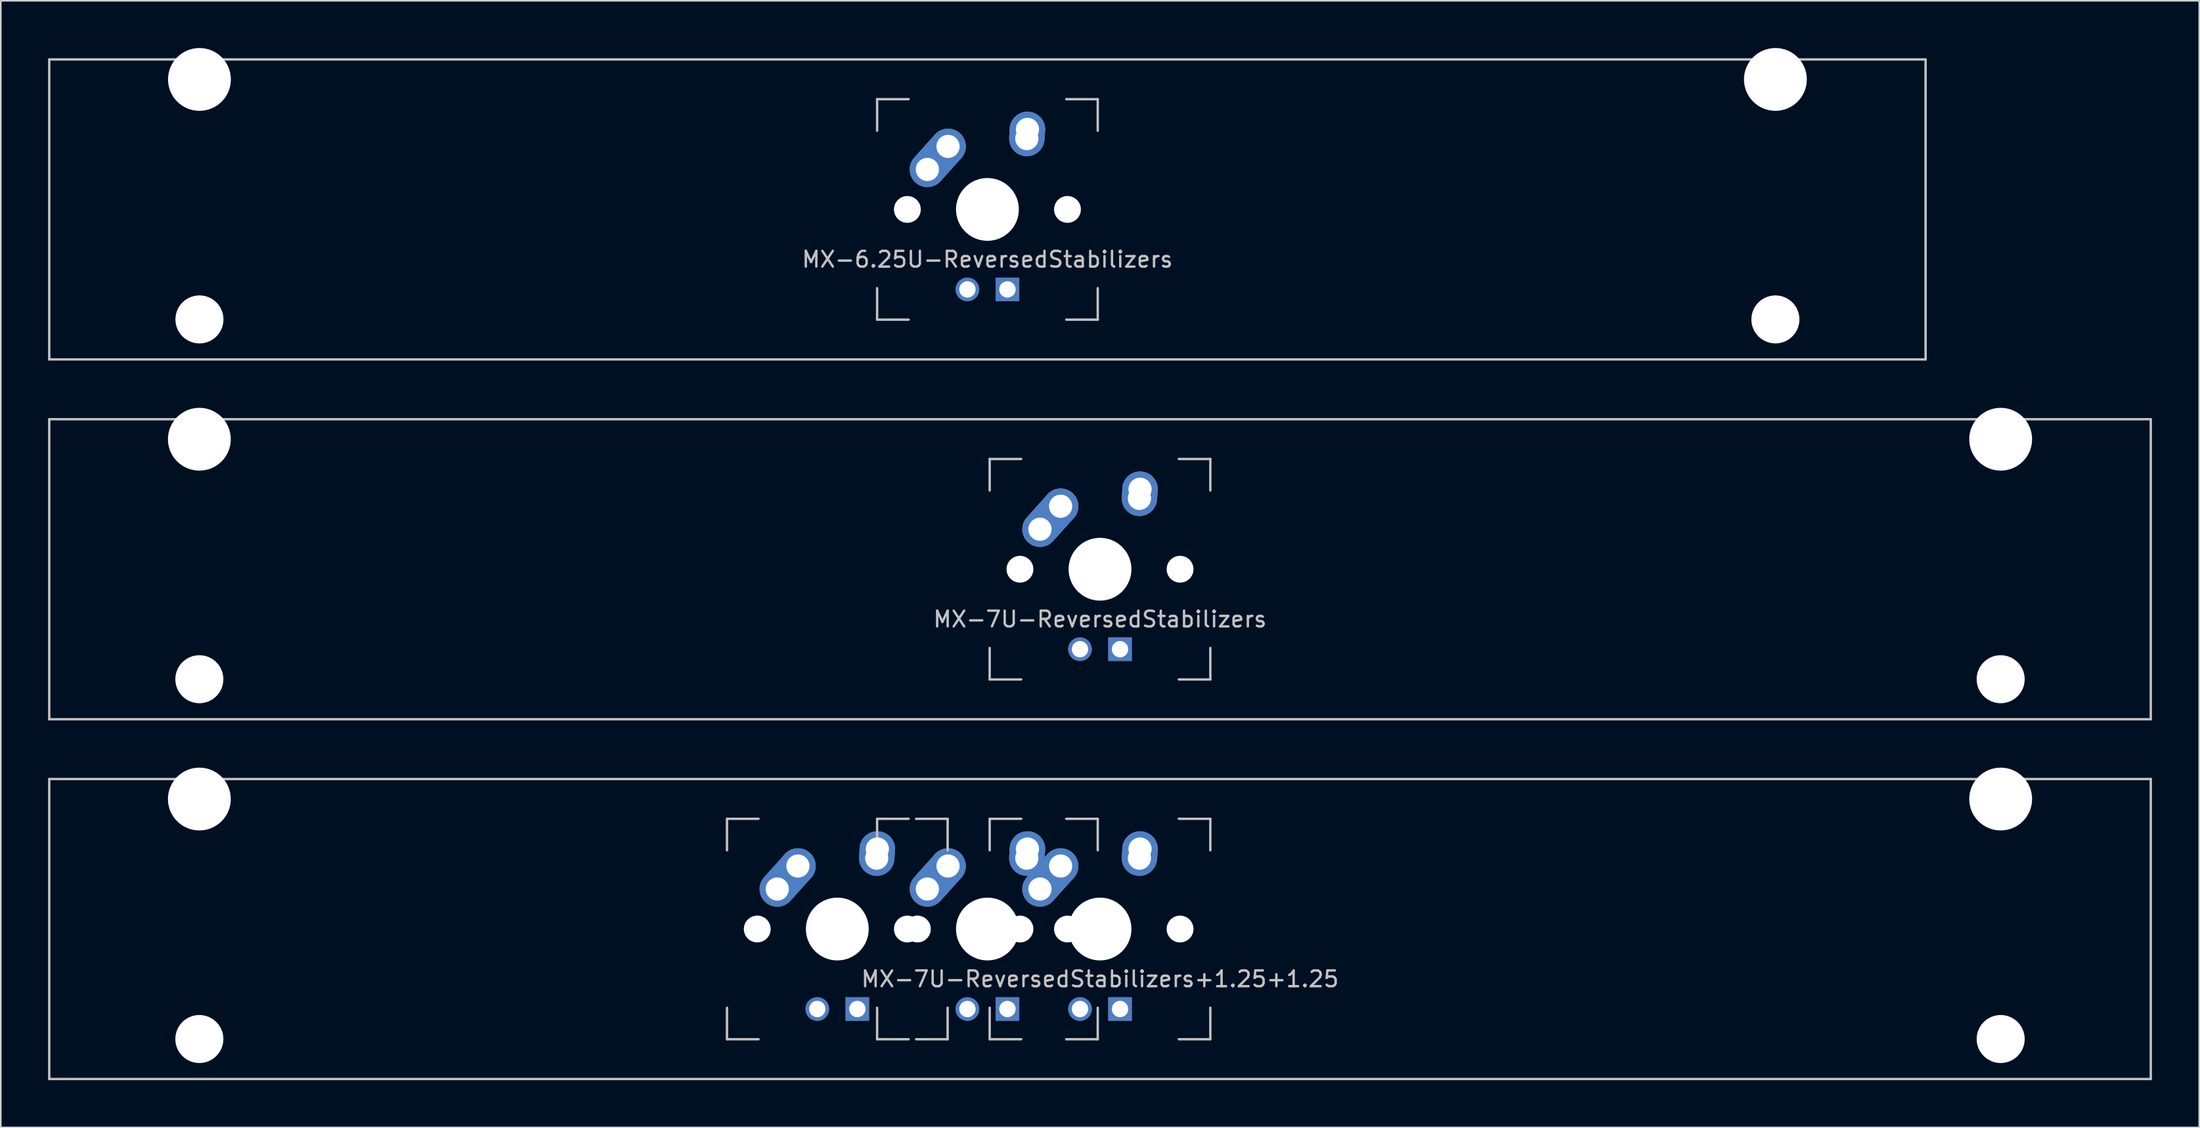
<source format=kicad_pcb>
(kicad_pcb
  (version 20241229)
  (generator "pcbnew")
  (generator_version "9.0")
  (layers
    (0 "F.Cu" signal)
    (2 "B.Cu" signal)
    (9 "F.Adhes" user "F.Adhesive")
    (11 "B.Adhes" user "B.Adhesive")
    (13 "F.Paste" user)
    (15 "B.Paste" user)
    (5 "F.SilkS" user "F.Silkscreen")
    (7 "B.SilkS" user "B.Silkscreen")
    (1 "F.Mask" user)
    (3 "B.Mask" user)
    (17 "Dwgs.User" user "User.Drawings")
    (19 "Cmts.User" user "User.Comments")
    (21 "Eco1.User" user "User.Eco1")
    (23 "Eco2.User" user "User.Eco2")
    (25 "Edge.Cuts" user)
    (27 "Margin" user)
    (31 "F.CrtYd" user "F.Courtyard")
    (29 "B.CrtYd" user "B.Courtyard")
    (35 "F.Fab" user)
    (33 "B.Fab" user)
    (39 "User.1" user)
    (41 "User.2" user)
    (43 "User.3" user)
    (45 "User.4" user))
  (footprint "MX-7U-ReversedStabilizers"
    (layer "F.Cu")
    (at 66.75 33.098)
    (property "Reference" "MX-7U-ReversedStabilizers" (at 0 3.175 0) (layer "Dwgs.User") (effects (font (size 1 1) (thickness 0.15))))
    (attr through_hole)
    (fp_line (start -66.675 -9.525) (end 66.675 -9.525) (stroke (width 0.15) (type solid)) (layer "Dwgs.User"))
    (fp_line (start -66.675 9.525) (end -66.675 -9.525) (stroke (width 0.15) (type solid)) (layer "Dwgs.User"))
    (fp_line (start -66.675 9.525) (end 66.675 9.525) (stroke (width 0.15) (type solid)) (layer "Dwgs.User"))
    (fp_line (start -7 -7) (end -7 -5) (stroke (width 0.15) (type solid)) (layer "Dwgs.User"))
    (fp_line (start -7 5) (end -7 7) (stroke (width 0.15) (type solid)) (layer "Dwgs.User"))
    (fp_line (start -7 7) (end -5 7) (stroke (width 0.15) (type solid)) (layer "Dwgs.User"))
    (fp_line (start -5 -7) (end -7 -7) (stroke (width 0.15) (type solid)) (layer "Dwgs.User"))
    (fp_line (start 5 -7) (end 7 -7) (stroke (width 0.15) (type solid)) (layer "Dwgs.User"))
    (fp_line (start 5 7) (end 7 7) (stroke (width 0.15) (type solid)) (layer "Dwgs.User"))
    (fp_line (start 7 -7) (end 7 -5) (stroke (width 0.15) (type solid)) (layer "Dwgs.User"))
    (fp_line (start 7 7) (end 7 5) (stroke (width 0.15) (type solid)) (layer "Dwgs.User"))
    (fp_line (start 66.675 -9.525) (end 66.675 9.525) (stroke (width 0.15) (type solid)) (layer "Dwgs.User"))
    (pad "" np_thru_hole circle (at -57.15 -8.255) (size 3.988 3.988) (drill 3.988) (layers "*.Cu" "*.Mask"))
    (pad "" np_thru_hole circle (at -57.15 6.985) (size 3.048 3.048) (drill 3.048) (layers "*.Cu" "*.Mask"))
    (pad "" np_thru_hole circle (at -5.08 0 48.1) (size 1.702 1.702) (drill 1.702) (layers "*.Cu" "*.Mask"))
    (pad "" np_thru_hole circle (at 0 0) (size 3.988 3.988) (drill 3.988) (layers "*.Cu" "*.Mask"))
    (pad "" np_thru_hole circle (at 5.08 0 48.1) (size 1.702 1.702) (drill 1.702) (layers "*.Cu" "*.Mask"))
    (pad "" np_thru_hole circle (at 57.15 -8.255) (size 3.988 3.988) (drill 3.988) (layers "*.Cu" "*.Mask"))
    (pad "" np_thru_hole circle (at 57.15 6.985) (size 3.048 3.048) (drill 3.048) (layers "*.Cu" "*.Mask"))
    (pad "1" thru_hole oval (at 2.5 -4.5 86.055) (size 2.831 2.25) (drill 1.47 (offset 0.291 0)) (layers "*.Cu" "*.Mask"))
    (pad "1" thru_hole circle (at 2.54 -5.08) (size 2.25 2.25) (drill 1.47) (layers "*.Cu" "*.Mask"))
    (pad "2" thru_hole oval (at -3.81 -2.54 48.1) (size 4.212 2.25) (drill 1.47 (offset 0.981 0)) (layers "*.Cu" "*.Mask"))
    (pad "2" thru_hole circle (at -2.5 -4) (size 2.25 2.25) (drill 1.47) (layers "*.Cu" "*.Mask"))
    (pad "3" thru_hole circle (at -1.27 5.08) (size 1.5 1.5) (drill 1.04) (layers "*.Cu" "*.Mask"))
    (pad "4" thru_hole rect (at 1.27 5.08) (size 1.5 1.5) (drill 1.04) (layers "*.Cu" "*.Mask")))
  (footprint "MX-6.25U-ReversedStabilizers"
    (layer "F.Cu")
    (at 59.606 10.249)
    (property "Reference" "MX-6.25U-ReversedStabilizers" (at 0 3.175 0) (layer "Dwgs.User") (effects (font (size 1 1) (thickness 0.15))))
    (attr through_hole)
    (fp_line (start -59.531 -9.525) (end 59.531 -9.525) (stroke (width 0.15) (type solid)) (layer "Dwgs.User"))
    (fp_line (start -59.531 9.525) (end -59.531 -9.525) (stroke (width 0.15) (type solid)) (layer "Dwgs.User"))
    (fp_line (start -59.531 9.525) (end 59.531 9.525) (stroke (width 0.15) (type solid)) (layer "Dwgs.User"))
    (fp_line (start -7 -7) (end -7 -5) (stroke (width 0.15) (type solid)) (layer "Dwgs.User"))
    (fp_line (start -7 5) (end -7 7) (stroke (width 0.15) (type solid)) (layer "Dwgs.User"))
    (fp_line (start -7 7) (end -5 7) (stroke (width 0.15) (type solid)) (layer "Dwgs.User"))
    (fp_line (start -5 -7) (end -7 -7) (stroke (width 0.15) (type solid)) (layer "Dwgs.User"))
    (fp_line (start 5 -7) (end 7 -7) (stroke (width 0.15) (type solid)) (layer "Dwgs.User"))
    (fp_line (start 5 7) (end 7 7) (stroke (width 0.15) (type solid)) (layer "Dwgs.User"))
    (fp_line (start 7 -7) (end 7 -5) (stroke (width 0.15) (type solid)) (layer "Dwgs.User"))
    (fp_line (start 7 7) (end 7 5) (stroke (width 0.15) (type solid)) (layer "Dwgs.User"))
    (fp_line (start 59.531 -9.525) (end 59.531 9.525) (stroke (width 0.15) (type solid)) (layer "Dwgs.User"))
    (pad "" np_thru_hole circle (at -50 -8.255) (size 3.988 3.988) (drill 3.988) (layers "*.Cu" "*.Mask"))
    (pad "" np_thru_hole circle (at -50 6.985) (size 3.048 3.048) (drill 3.048) (layers "*.Cu" "*.Mask"))
    (pad "" np_thru_hole circle (at -5.08 0 48.1) (size 1.702 1.702) (drill 1.702) (layers "*.Cu" "*.Mask"))
    (pad "" np_thru_hole circle (at 0 0) (size 3.988 3.988) (drill 3.988) (layers "*.Cu" "*.Mask"))
    (pad "" np_thru_hole circle (at 5.08 0 48.1) (size 1.702 1.702) (drill 1.702) (layers "*.Cu" "*.Mask"))
    (pad "" np_thru_hole circle (at 50 -8.255) (size 3.988 3.988) (drill 3.988) (layers "*.Cu" "*.Mask"))
    (pad "" np_thru_hole circle (at 50 6.985) (size 3.048 3.048) (drill 3.048) (layers "*.Cu" "*.Mask"))
    (pad "1" thru_hole oval (at -3.81 -2.54 48.1) (size 4.212 2.25) (drill 1.47 (offset 0.981 0)) (layers "*.Cu" "*.Mask"))
    (pad "1" thru_hole circle (at -2.5 -4) (size 2.25 2.25) (drill 1.47) (layers "*.Cu" "*.Mask"))
    (pad "2" thru_hole oval (at 2.5 -4.5 86.055) (size 2.831 2.25) (drill 1.47 (offset 0.291 0)) (layers "*.Cu" "*.Mask"))
    (pad "2" thru_hole circle (at 2.54 -5.08) (size 2.25 2.25) (drill 1.47) (layers "*.Cu" "*.Mask"))
    (pad "3" thru_hole circle (at -1.27 5.08) (size 1.5 1.5) (drill 1.04) (layers "*.Cu" "*.Mask"))
    (pad "4" thru_hole rect (at 1.27 5.08) (size 1.5 1.5) (drill 1.04) (layers "*.Cu" "*.Mask")))
  (footprint "MX-7U-ReversedStabilizers+1.25+1.25"
    (layer "F.Cu")
    (at 66.75 55.947)
    (property "Reference" "MX-7U-ReversedStabilizers+1.25+1.25" (at 0 3.175 0) (layer "Dwgs.User") (effects (font (size 1 1) (thickness 0.15))))
    (attr through_hole)
    (fp_line (start -66.675 -9.525) (end 66.675 -9.525) (stroke (width 0.15) (type solid)) (layer "Dwgs.User"))
    (fp_line (start -66.675 9.525) (end -66.675 -9.525) (stroke (width 0.15) (type solid)) (layer "Dwgs.User"))
    (fp_line (start -66.675 9.525) (end 66.675 9.525) (stroke (width 0.15) (type solid)) (layer "Dwgs.User"))
    (fp_line (start -23.669 -7) (end -23.669 -5) (stroke (width 0.15) (type solid)) (layer "Dwgs.User"))
    (fp_line (start -23.669 5) (end -23.669 7) (stroke (width 0.15) (type solid)) (layer "Dwgs.User"))
    (fp_line (start -23.669 7) (end -21.669 7) (stroke (width 0.15) (type solid)) (layer "Dwgs.User"))
    (fp_line (start -21.669 -7) (end -23.669 -7) (stroke (width 0.15) (type solid)) (layer "Dwgs.User"))
    (fp_line (start -14.144 -7) (end -14.144 -5) (stroke (width 0.15) (type solid)) (layer "Dwgs.User"))
    (fp_line (start -14.144 5) (end -14.144 7) (stroke (width 0.15) (type solid)) (layer "Dwgs.User"))
    (fp_line (start -14.144 7) (end -12.144 7) (stroke (width 0.15) (type solid)) (layer "Dwgs.User"))
    (fp_line (start -12.144 -7) (end -14.144 -7) (stroke (width 0.15) (type solid)) (layer "Dwgs.User"))
    (fp_line (start -11.669 -7) (end -9.669 -7) (stroke (width 0.15) (type solid)) (layer "Dwgs.User"))
    (fp_line (start -11.669 7) (end -9.669 7) (stroke (width 0.15) (type solid)) (layer "Dwgs.User"))
    (fp_line (start -9.669 -7) (end -9.669 -5) (stroke (width 0.15) (type solid)) (layer "Dwgs.User"))
    (fp_line (start -9.669 7) (end -9.669 5) (stroke (width 0.15) (type solid)) (layer "Dwgs.User"))
    (fp_line (start -7 -7) (end -7 -5) (stroke (width 0.15) (type solid)) (layer "Dwgs.User"))
    (fp_line (start -7 5) (end -7 7) (stroke (width 0.15) (type solid)) (layer "Dwgs.User"))
    (fp_line (start -7 7) (end -5 7) (stroke (width 0.15) (type solid)) (layer "Dwgs.User"))
    (fp_line (start -5 -7) (end -7 -7) (stroke (width 0.15) (type solid)) (layer "Dwgs.User"))
    (fp_line (start -2.144 -7) (end -0.144 -7) (stroke (width 0.15) (type solid)) (layer "Dwgs.User"))
    (fp_line (start -2.144 7) (end -0.144 7) (stroke (width 0.15) (type solid)) (layer "Dwgs.User"))
    (fp_line (start -0.144 -7) (end -0.144 -5) (stroke (width 0.15) (type solid)) (layer "Dwgs.User"))
    (fp_line (start -0.144 7) (end -0.144 5) (stroke (width 0.15) (type solid)) (layer "Dwgs.User"))
    (fp_line (start 5 -7) (end 7 -7) (stroke (width 0.15) (type solid)) (layer "Dwgs.User"))
    (fp_line (start 5 7) (end 7 7) (stroke (width 0.15) (type solid)) (layer "Dwgs.User"))
    (fp_line (start 7 -7) (end 7 -5) (stroke (width 0.15) (type solid)) (layer "Dwgs.User"))
    (fp_line (start 7 7) (end 7 5) (stroke (width 0.15) (type solid)) (layer "Dwgs.User"))
    (fp_line (start 66.675 -9.525) (end 66.675 9.525) (stroke (width 0.15) (type solid)) (layer "Dwgs.User"))
    (pad "" np_thru_hole circle (at -57.15 -8.255) (size 3.988 3.988) (drill 3.988) (layers "*.Cu" "*.Mask"))
    (pad "" np_thru_hole circle (at -57.15 6.985) (size 3.048 3.048) (drill 3.048) (layers "*.Cu" "*.Mask"))
    (pad "" np_thru_hole circle (at -21.749 0 48.1) (size 1.702 1.702) (drill 1.702) (layers "*.Cu" "*.Mask"))
    (pad "" np_thru_hole circle (at -16.669 0) (size 3.988 3.988) (drill 3.988) (layers "*.Cu" "*.Mask"))
    (pad "" np_thru_hole circle (at -12.224 0 48.1) (size 1.702 1.702) (drill 1.702) (layers "*.Cu" "*.Mask"))
    (pad "" np_thru_hole circle (at -11.589 0 48.1) (size 1.702 1.702) (drill 1.702) (layers "*.Cu" "*.Mask"))
    (pad "" np_thru_hole circle (at -7.144 0) (size 3.988 3.988) (drill 3.988) (layers "*.Cu" "*.Mask"))
    (pad "" np_thru_hole circle (at -5.08 0 48.1) (size 1.702 1.702) (drill 1.702) (layers "*.Cu" "*.Mask"))
    (pad "" np_thru_hole circle (at -2.064 0 48.1) (size 1.702 1.702) (drill 1.702) (layers "*.Cu" "*.Mask"))
    (pad "" np_thru_hole circle (at 0 0) (size 3.988 3.988) (drill 3.988) (layers "*.Cu" "*.Mask"))
    (pad "" np_thru_hole circle (at 5.08 0 48.1) (size 1.702 1.702) (drill 1.702) (layers "*.Cu" "*.Mask"))
    (pad "" np_thru_hole circle (at 57.15 -8.255) (size 3.988 3.988) (drill 3.988) (layers "*.Cu" "*.Mask"))
    (pad "" np_thru_hole circle (at 57.15 6.985) (size 3.048 3.048) (drill 3.048) (layers "*.Cu" "*.Mask"))
    (pad "1" thru_hole oval (at -14.169 -4.5 86.055) (size 2.831 2.25) (drill 1.47 (offset 0.291 0)) (layers "*.Cu" "*.Mask"))
    (pad "1" thru_hole circle (at -14.129 -5.08) (size 2.25 2.25) (drill 1.47) (layers "*.Cu" "*.Mask"))
    (pad "1" thru_hole oval (at -4.644 -4.5 86.055) (size 2.831 2.25) (drill 1.47 (offset 0.291 0)) (layers "*.Cu" "*.Mask"))
    (pad "1" thru_hole circle (at -4.604 -5.08) (size 2.25 2.25) (drill 1.47) (layers "*.Cu" "*.Mask"))
    (pad "1" thru_hole oval (at 2.5 -4.5 86.055) (size 2.831 2.25) (drill 1.47 (offset 0.291 0)) (layers "*.Cu" "*.Mask"))
    (pad "1" thru_hole circle (at 2.54 -5.08) (size 2.25 2.25) (drill 1.47) (layers "*.Cu" "*.Mask"))
    (pad "2" thru_hole oval (at -20.479 -2.54 48.1) (size 4.212 2.25) (drill 1.47 (offset 0.981 0)) (layers "*.Cu" "*.Mask"))
    (pad "2" thru_hole circle (at -19.169 -4) (size 2.25 2.25) (drill 1.47) (layers "*.Cu" "*.Mask"))
    (pad "2" thru_hole oval (at -10.954 -2.54 48.1) (size 4.212 2.25) (drill 1.47 (offset 0.981 0)) (layers "*.Cu" "*.Mask"))
    (pad "2" thru_hole circle (at -9.644 -4) (size 2.25 2.25) (drill 1.47) (layers "*.Cu" "*.Mask"))
    (pad "2" thru_hole oval (at -3.81 -2.54 48.1) (size 4.212 2.25) (drill 1.47 (offset 0.981 0)) (layers "*.Cu" "*.Mask"))
    (pad "2" thru_hole circle (at -2.5 -4) (size 2.25 2.25) (drill 1.47) (layers "*.Cu" "*.Mask"))
    (pad "3" thru_hole circle (at -17.939 5.08) (size 1.5 1.5) (drill 1.04) (layers "*.Cu" "*.Mask"))
    (pad "3" thru_hole circle (at -8.414 5.08) (size 1.5 1.5) (drill 1.04) (layers "*.Cu" "*.Mask"))
    (pad "3" thru_hole circle (at -1.27 5.08) (size 1.5 1.5) (drill 1.04) (layers "*.Cu" "*.Mask"))
    (pad "4" thru_hole rect (at -15.399 5.08) (size 1.5 1.5) (drill 1.04) (layers "*.Cu" "*.Mask"))
    (pad "4" thru_hole rect (at -5.874 5.08) (size 1.5 1.5) (drill 1.04) (layers "*.Cu" "*.Mask"))
    (pad "4" thru_hole rect (at 1.27 5.08) (size 1.5 1.5) (drill 1.04) (layers "*.Cu" "*.Mask")))
  (gr_rect
    (start -3 -3)
    (end 136.5 68.547)
    (stroke (width 0.1) (type default))
    (fill no)
    (layer "Edge.Cuts")))
</source>
